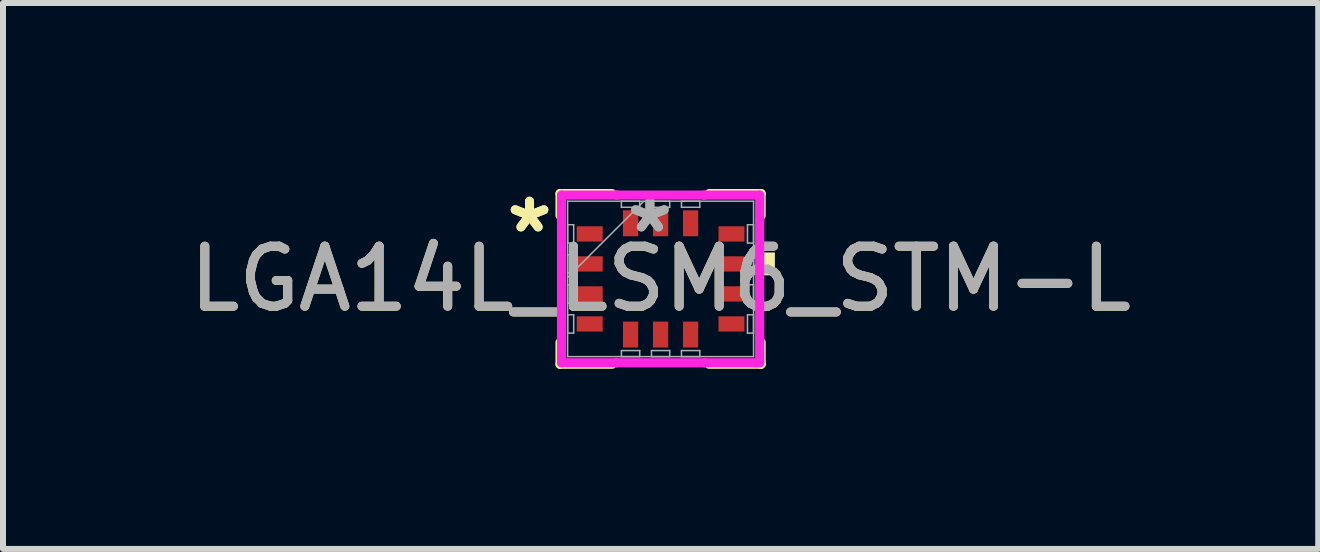
<source format=kicad_pcb>
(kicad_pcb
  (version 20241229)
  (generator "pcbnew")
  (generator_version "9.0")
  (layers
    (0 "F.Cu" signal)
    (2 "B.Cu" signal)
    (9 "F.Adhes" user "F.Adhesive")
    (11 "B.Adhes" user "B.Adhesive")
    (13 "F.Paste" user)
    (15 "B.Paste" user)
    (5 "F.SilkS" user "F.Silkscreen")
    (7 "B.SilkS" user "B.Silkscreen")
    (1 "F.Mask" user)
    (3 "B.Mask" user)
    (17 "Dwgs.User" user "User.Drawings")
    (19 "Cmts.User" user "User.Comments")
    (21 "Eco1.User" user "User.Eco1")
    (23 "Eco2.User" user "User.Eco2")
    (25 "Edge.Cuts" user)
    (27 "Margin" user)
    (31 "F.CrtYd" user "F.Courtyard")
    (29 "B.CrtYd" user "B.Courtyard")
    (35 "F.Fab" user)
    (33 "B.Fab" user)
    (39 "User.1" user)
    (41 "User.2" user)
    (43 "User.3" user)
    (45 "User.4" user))
  (footprint "LGA14L_LSM6_STM-L"
    (layer "F.Cu")
    (at 7.958 1.598)
    (property "Reference" "LGA14L_LSM6_STM-L" (at 0 0 0) (unlocked yes) (layer "F.SilkS") (effects (font (size 1 1) (thickness 0.15))))
    (attr smd)
    (fp_line (start -1.676 -1.422) (end -1.676 -1.058) (stroke (width 0.152) (type solid)) (layer "F.SilkS"))
    (fp_line (start -1.676 1.058) (end -1.676 1.422) (stroke (width 0.152) (type solid)) (layer "F.SilkS"))
    (fp_line (start -1.676 1.422) (end -0.808 1.422) (stroke (width 0.152) (type solid)) (layer "F.SilkS"))
    (fp_line (start -0.808 -1.422) (end -1.676 -1.422) (stroke (width 0.152) (type solid)) (layer "F.SilkS"))
    (fp_line (start 0.808 1.422) (end 1.676 1.422) (stroke (width 0.152) (type solid)) (layer "F.SilkS"))
    (fp_line (start 1.676 -1.422) (end 0.808 -1.422) (stroke (width 0.152) (type solid)) (layer "F.SilkS"))
    (fp_line (start 1.676 -1.058) (end 1.676 -1.422) (stroke (width 0.152) (type solid)) (layer "F.SilkS"))
    (fp_line (start 1.676 1.422) (end 1.676 1.058) (stroke (width 0.152) (type solid)) (layer "F.SilkS"))
    (fp_poly (pts (xy 1.905 -0.441) (xy 1.905 -0.06) (xy 1.651 -0.06) (xy 1.651 -0.441)) (stroke (width 0) (type solid)) (fill yes) (layer "F.SilkS"))
    (fp_line (start -1.651 -1.397) (end -0.729 -1.397) (stroke (width 0.152) (type solid)) (layer "F.CrtYd"))
    (fp_line (start -1.651 -0.979) (end -1.651 -1.397) (stroke (width 0.152) (type solid)) (layer "F.CrtYd"))
    (fp_line (start -1.651 -0.979) (end -1.651 -0.979) (stroke (width 0.152) (type solid)) (layer "F.CrtYd"))
    (fp_line (start -1.651 0.979) (end -1.651 -0.979) (stroke (width 0.152) (type solid)) (layer "F.CrtYd"))
    (fp_line (start -1.651 0.979) (end -1.651 0.979) (stroke (width 0.152) (type solid)) (layer "F.CrtYd"))
    (fp_line (start -1.651 1.397) (end -1.651 0.979) (stroke (width 0.152) (type solid)) (layer "F.CrtYd"))
    (fp_line (start -0.729 -1.397) (end -0.729 -1.397) (stroke (width 0.152) (type solid)) (layer "F.CrtYd"))
    (fp_line (start -0.729 -1.397) (end 0.729 -1.397) (stroke (width 0.152) (type solid)) (layer "F.CrtYd"))
    (fp_line (start -0.729 1.397) (end -1.651 1.397) (stroke (width 0.152) (type solid)) (layer "F.CrtYd"))
    (fp_line (start -0.729 1.397) (end -0.729 1.397) (stroke (width 0.152) (type solid)) (layer "F.CrtYd"))
    (fp_line (start 0.729 -1.397) (end 0.729 -1.397) (stroke (width 0.152) (type solid)) (layer "F.CrtYd"))
    (fp_line (start 0.729 -1.397) (end 1.651 -1.397) (stroke (width 0.152) (type solid)) (layer "F.CrtYd"))
    (fp_line (start 0.729 1.397) (end -0.729 1.397) (stroke (width 0.152) (type solid)) (layer "F.CrtYd"))
    (fp_line (start 0.729 1.397) (end 0.729 1.397) (stroke (width 0.152) (type solid)) (layer "F.CrtYd"))
    (fp_line (start 1.651 -1.397) (end 1.651 -0.979) (stroke (width 0.152) (type solid)) (layer "F.CrtYd"))
    (fp_line (start 1.651 -0.979) (end 1.651 -0.979) (stroke (width 0.152) (type solid)) (layer "F.CrtYd"))
    (fp_line (start 1.651 -0.979) (end 1.651 0.979) (stroke (width 0.152) (type solid)) (layer "F.CrtYd"))
    (fp_line (start 1.651 0.979) (end 1.651 0.979) (stroke (width 0.152) (type solid)) (layer "F.CrtYd"))
    (fp_line (start 1.651 0.979) (end 1.651 1.397) (stroke (width 0.152) (type solid)) (layer "F.CrtYd"))
    (fp_line (start 1.651 1.397) (end 0.729 1.397) (stroke (width 0.152) (type solid)) (layer "F.CrtYd"))
    (fp_line (start -1.549 -1.295) (end -1.549 1.295) (stroke (width 0.025) (type solid)) (layer "F.Fab"))
    (fp_line (start -1.549 -0.903) (end -1.448 -0.903) (stroke (width 0.025) (type solid)) (layer "F.Fab"))
    (fp_line (start -1.549 -0.598) (end -1.549 -0.903) (stroke (width 0.025) (type solid)) (layer "F.Fab"))
    (fp_line (start -1.549 -0.402) (end -1.448 -0.402) (stroke (width 0.025) (type solid)) (layer "F.Fab"))
    (fp_line (start -1.549 -0.098) (end -1.549 -0.402) (stroke (width 0.025) (type solid)) (layer "F.Fab"))
    (fp_line (start -1.549 -0.025) (end -0.279 -1.295) (stroke (width 0.025) (type solid)) (layer "F.Fab"))
    (fp_line (start -1.549 0.098) (end -1.448 0.098) (stroke (width 0.025) (type solid)) (layer "F.Fab"))
    (fp_line (start -1.549 0.402) (end -1.549 0.098) (stroke (width 0.025) (type solid)) (layer "F.Fab"))
    (fp_line (start -1.549 0.598) (end -1.448 0.598) (stroke (width 0.025) (type solid)) (layer "F.Fab"))
    (fp_line (start -1.549 0.903) (end -1.549 0.598) (stroke (width 0.025) (type solid)) (layer "F.Fab"))
    (fp_line (start -1.549 1.295) (end 1.549 1.295) (stroke (width 0.025) (type solid)) (layer "F.Fab"))
    (fp_line (start -1.448 -0.903) (end -1.448 -0.598) (stroke (width 0.025) (type solid)) (layer "F.Fab"))
    (fp_line (start -1.448 -0.598) (end -1.549 -0.598) (stroke (width 0.025) (type solid)) (layer "F.Fab"))
    (fp_line (start -1.448 -0.402) (end -1.448 -0.098) (stroke (width 0.025) (type solid)) (layer "F.Fab"))
    (fp_line (start -1.448 -0.098) (end -1.549 -0.098) (stroke (width 0.025) (type solid)) (layer "F.Fab"))
    (fp_line (start -1.448 0.098) (end -1.448 0.402) (stroke (width 0.025) (type solid)) (layer "F.Fab"))
    (fp_line (start -1.448 0.402) (end -1.549 0.402) (stroke (width 0.025) (type solid)) (layer "F.Fab"))
    (fp_line (start -1.448 0.598) (end -1.448 0.903) (stroke (width 0.025) (type solid)) (layer "F.Fab"))
    (fp_line (start -1.448 0.903) (end -1.549 0.903) (stroke (width 0.025) (type solid)) (layer "F.Fab"))
    (fp_line (start -0.653 -1.295) (end -0.348 -1.295) (stroke (width 0.025) (type solid)) (layer "F.Fab"))
    (fp_line (start -0.653 -1.194) (end -0.653 -1.295) (stroke (width 0.025) (type solid)) (layer "F.Fab"))
    (fp_line (start -0.653 1.194) (end -0.348 1.194) (stroke (width 0.025) (type solid)) (layer "F.Fab"))
    (fp_line (start -0.653 1.295) (end -0.653 1.194) (stroke (width 0.025) (type solid)) (layer "F.Fab"))
    (fp_line (start -0.348 -1.295) (end -0.348 -1.194) (stroke (width 0.025) (type solid)) (layer "F.Fab"))
    (fp_line (start -0.348 -1.194) (end -0.653 -1.194) (stroke (width 0.025) (type solid)) (layer "F.Fab"))
    (fp_line (start -0.348 1.194) (end -0.348 1.295) (stroke (width 0.025) (type solid)) (layer "F.Fab"))
    (fp_line (start -0.348 1.295) (end -0.653 1.295) (stroke (width 0.025) (type solid)) (layer "F.Fab"))
    (fp_line (start -0.152 -1.295) (end 0.152 -1.295) (stroke (width 0.025) (type solid)) (layer "F.Fab"))
    (fp_line (start -0.152 -1.194) (end -0.152 -1.295) (stroke (width 0.025) (type solid)) (layer "F.Fab"))
    (fp_line (start -0.152 1.194) (end 0.152 1.194) (stroke (width 0.025) (type solid)) (layer "F.Fab"))
    (fp_line (start -0.152 1.295) (end -0.152 1.194) (stroke (width 0.025) (type solid)) (layer "F.Fab"))
    (fp_line (start 0.152 -1.295) (end 0.152 -1.194) (stroke (width 0.025) (type solid)) (layer "F.Fab"))
    (fp_line (start 0.152 -1.194) (end -0.152 -1.194) (stroke (width 0.025) (type solid)) (layer "F.Fab"))
    (fp_line (start 0.152 1.194) (end 0.152 1.295) (stroke (width 0.025) (type solid)) (layer "F.Fab"))
    (fp_line (start 0.152 1.295) (end -0.152 1.295) (stroke (width 0.025) (type solid)) (layer "F.Fab"))
    (fp_line (start 0.348 -1.295) (end 0.653 -1.295) (stroke (width 0.025) (type solid)) (layer "F.Fab"))
    (fp_line (start 0.348 -1.194) (end 0.348 -1.295) (stroke (width 0.025) (type solid)) (layer "F.Fab"))
    (fp_line (start 0.348 1.194) (end 0.653 1.194) (stroke (width 0.025) (type solid)) (layer "F.Fab"))
    (fp_line (start 0.348 1.295) (end 0.348 1.194) (stroke (width 0.025) (type solid)) (layer "F.Fab"))
    (fp_line (start 0.653 -1.295) (end 0.653 -1.194) (stroke (width 0.025) (type solid)) (layer "F.Fab"))
    (fp_line (start 0.653 -1.194) (end 0.348 -1.194) (stroke (width 0.025) (type solid)) (layer "F.Fab"))
    (fp_line (start 0.653 1.194) (end 0.653 1.295) (stroke (width 0.025) (type solid)) (layer "F.Fab"))
    (fp_line (start 0.653 1.295) (end 0.348 1.295) (stroke (width 0.025) (type solid)) (layer "F.Fab"))
    (fp_line (start 1.448 -0.903) (end 1.549 -0.903) (stroke (width 0.025) (type solid)) (layer "F.Fab"))
    (fp_line (start 1.448 -0.598) (end 1.448 -0.903) (stroke (width 0.025) (type solid)) (layer "F.Fab"))
    (fp_line (start 1.448 -0.402) (end 1.549 -0.402) (stroke (width 0.025) (type solid)) (layer "F.Fab"))
    (fp_line (start 1.448 -0.098) (end 1.448 -0.402) (stroke (width 0.025) (type solid)) (layer "F.Fab"))
    (fp_line (start 1.448 0.098) (end 1.549 0.098) (stroke (width 0.025) (type solid)) (layer "F.Fab"))
    (fp_line (start 1.448 0.402) (end 1.448 0.098) (stroke (width 0.025) (type solid)) (layer "F.Fab"))
    (fp_line (start 1.448 0.598) (end 1.549 0.598) (stroke (width 0.025) (type solid)) (layer "F.Fab"))
    (fp_line (start 1.448 0.903) (end 1.448 0.598) (stroke (width 0.025) (type solid)) (layer "F.Fab"))
    (fp_line (start 1.549 -1.295) (end -1.549 -1.295) (stroke (width 0.025) (type solid)) (layer "F.Fab"))
    (fp_line (start 1.549 -0.903) (end 1.549 -0.598) (stroke (width 0.025) (type solid)) (layer "F.Fab"))
    (fp_line (start 1.549 -0.598) (end 1.448 -0.598) (stroke (width 0.025) (type solid)) (layer "F.Fab"))
    (fp_line (start 1.549 -0.402) (end 1.549 -0.098) (stroke (width 0.025) (type solid)) (layer "F.Fab"))
    (fp_line (start 1.549 -0.098) (end 1.448 -0.098) (stroke (width 0.025) (type solid)) (layer "F.Fab"))
    (fp_line (start 1.549 0.098) (end 1.549 0.402) (stroke (width 0.025) (type solid)) (layer "F.Fab"))
    (fp_line (start 1.549 0.402) (end 1.448 0.402) (stroke (width 0.025) (type solid)) (layer "F.Fab"))
    (fp_line (start 1.549 0.598) (end 1.549 0.903) (stroke (width 0.025) (type solid)) (layer "F.Fab"))
    (fp_line (start 1.549 0.903) (end 1.448 0.903) (stroke (width 0.025) (type solid)) (layer "F.Fab"))
    (fp_line (start 1.549 1.295) (end 1.549 -1.295) (stroke (width 0.025) (type solid)) (layer "F.Fab"))
    (fp_text user "*" (at -2.184 -0.75 0) (layer "F.SilkS") (effects (font (size 1 1) (thickness 0.15))))
    (fp_text user "*" (at -2.184 -0.75 0) (unlocked yes) (layer "F.SilkS") (effects (font (size 1 1) (thickness 0.15))))
    (fp_text user "*" (at -0.178 -0.75 0) (layer "F.Fab") (effects (font (size 1 1) (thickness 0.15))))
    (fp_text user "${REFERENCE}" (at 0 0 0) (unlocked yes) (layer "F.Fab") (effects (font (size 1 1) (thickness 0.15))))
    (fp_text user "*" (at -0.178 -0.75 0) (unlocked yes) (layer "F.Fab") (effects (font (size 1 1) (thickness 0.15))))
    (pad "1" smd rect (at -1.181 -0.75 90) (size 0.254 0.432) (layers "F.Cu" "F.Mask" "F.Paste"))
    (pad "2" smd rect (at -1.181 -0.25 90) (size 0.254 0.432) (layers "F.Cu" "F.Mask" "F.Paste"))
    (pad "3" smd rect (at -1.181 0.25 90) (size 0.254 0.432) (layers "F.Cu" "F.Mask" "F.Paste"))
    (pad "4" smd rect (at -1.181 0.75 90) (size 0.254 0.432) (layers "F.Cu" "F.Mask" "F.Paste"))
    (pad "5" smd rect (at -0.5 0.927) (size 0.254 0.432) (layers "F.Cu" "F.Mask" "F.Paste"))
    (pad "6" smd rect (at 0 0.927) (size 0.254 0.432) (layers "F.Cu" "F.Mask" "F.Paste"))
    (pad "7" smd rect (at 0.5 0.927) (size 0.254 0.432) (layers "F.Cu" "F.Mask" "F.Paste"))
    (pad "8" smd rect (at 1.181 0.75 90) (size 0.254 0.432) (layers "F.Cu" "F.Mask" "F.Paste"))
    (pad "9" smd rect (at 1.181 0.25 90) (size 0.254 0.432) (layers "F.Cu" "F.Mask" "F.Paste"))
    (pad "10" smd rect (at 1.181 -0.25 90) (size 0.254 0.432) (layers "F.Cu" "F.Mask" "F.Paste"))
    (pad "11" smd rect (at 1.181 -0.75 90) (size 0.254 0.432) (layers "F.Cu" "F.Mask" "F.Paste"))
    (pad "12" smd rect (at 0.5 -0.927) (size 0.254 0.432) (layers "F.Cu" "F.Mask" "F.Paste"))
    (pad "13" smd rect (at 0 -0.927) (size 0.254 0.432) (layers "F.Cu" "F.Mask" "F.Paste"))
    (pad "14" smd rect (at -0.5 -0.927) (size 0.254 0.432) (layers "F.Cu" "F.Mask" "F.Paste")))
  (gr_rect
    (start -3 -3)
    (end 18.917 6.097)
    (stroke (width 0.1) (type default))
    (fill no)
    (layer "Edge.Cuts")))
</source>
